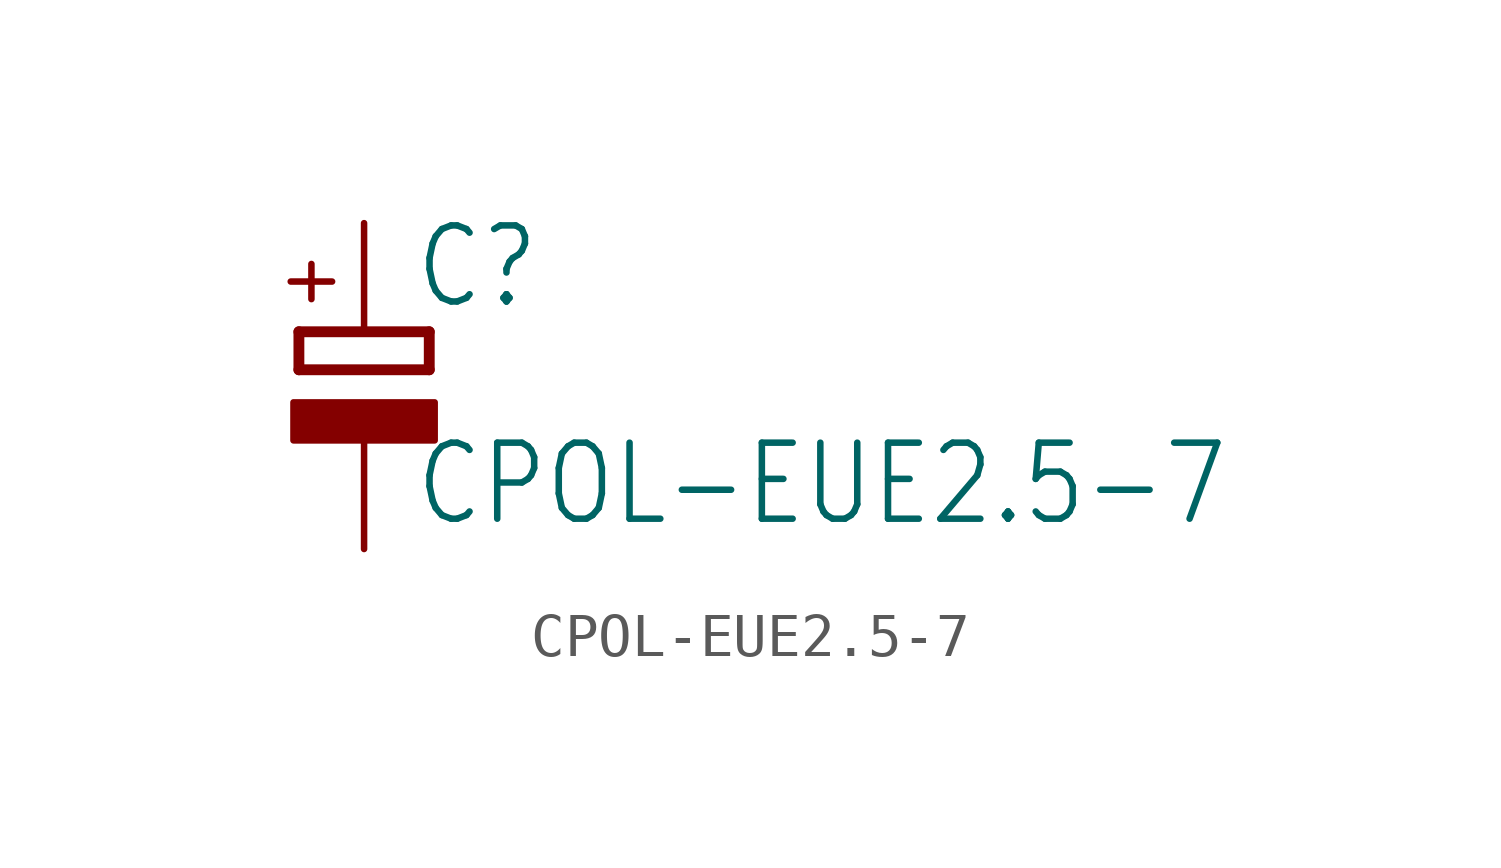
<source format=kicad_sym>
(kicad_symbol_lib
  (version 20210619)
  (generator kicad_symbol_editor)
  (symbol "CPOL-EUE2.5-7"
    (property "Reference" "C"
      (at 1.143 0.483 0)
      (effects (font (size 1.778 1.511)) (justify left bottom)))
    (property "Value" "CPOL-EUE2.5-7"
      (at 1.143 -4.597 0)
      (effects (font (size 1.778 1.511)) (justify left bottom)))
    (property "ki_locked" ""
      (at 0 0 0)
      (effects (font (size 1.27 1.27))))
    (symbol "CPOL-EUE2.5-7_1_0"
      (text "+" (at -0.584 0.406 900) (effects (font (size 1.27 1.079)) (justify left bottom)))
      (rectangle (start -1.651 -2.54) (end 1.651 -1.651) (stroke (width 0)) (fill (type outline)))
      (polyline (pts (xy -1.524 -0.889) (xy 1.524 -0.889)) (stroke (width 0.254)) (fill (type none)))
      (polyline (pts (xy -1.524 0) (xy -1.524 -0.889)) (stroke (width 0.254)) (fill (type none)))
      (polyline (pts (xy -1.524 0) (xy 1.524 0)) (stroke (width 0.254)) (fill (type none)))
      (polyline (pts (xy 1.524 -0.889) (xy 1.524 0)) (stroke (width 0.254)) (fill (type none)))
      (pin passive line (at 0 2.54 270) (length 2.54) (name "+" (effects (font (size 0 0)))) (number "+" (effects (font (size 0 0)))))
      (pin passive line (at 0 -5.08 90) (length 2.54) (name "-" (effects (font (size 0 0)))) (number "-" (effects (font (size 0 0))))))))
</source>
